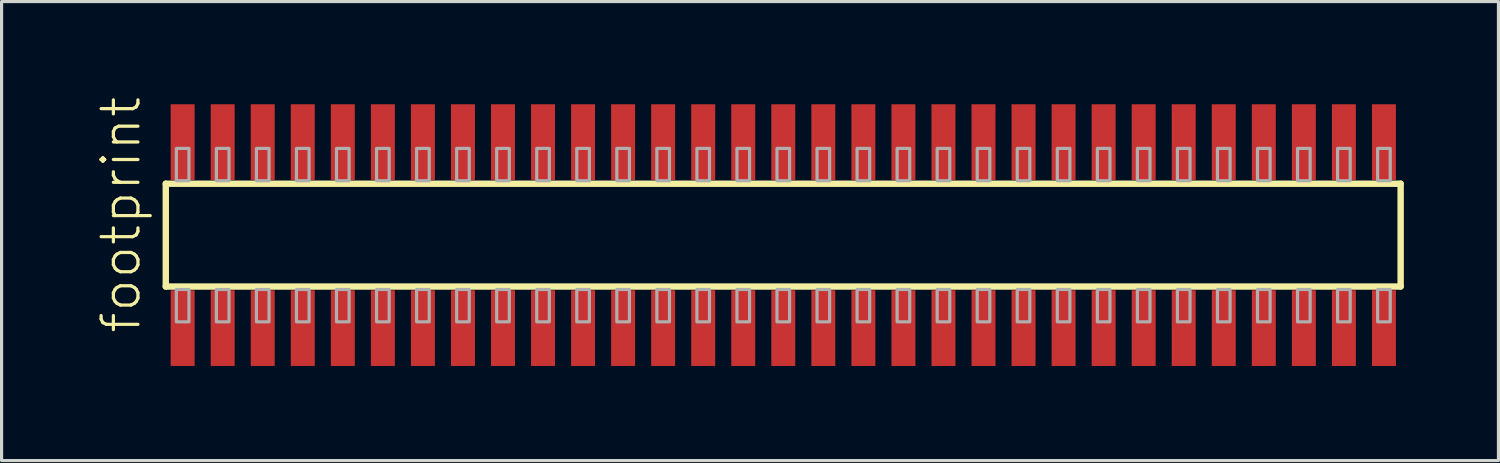
<source format=kicad_pcb>
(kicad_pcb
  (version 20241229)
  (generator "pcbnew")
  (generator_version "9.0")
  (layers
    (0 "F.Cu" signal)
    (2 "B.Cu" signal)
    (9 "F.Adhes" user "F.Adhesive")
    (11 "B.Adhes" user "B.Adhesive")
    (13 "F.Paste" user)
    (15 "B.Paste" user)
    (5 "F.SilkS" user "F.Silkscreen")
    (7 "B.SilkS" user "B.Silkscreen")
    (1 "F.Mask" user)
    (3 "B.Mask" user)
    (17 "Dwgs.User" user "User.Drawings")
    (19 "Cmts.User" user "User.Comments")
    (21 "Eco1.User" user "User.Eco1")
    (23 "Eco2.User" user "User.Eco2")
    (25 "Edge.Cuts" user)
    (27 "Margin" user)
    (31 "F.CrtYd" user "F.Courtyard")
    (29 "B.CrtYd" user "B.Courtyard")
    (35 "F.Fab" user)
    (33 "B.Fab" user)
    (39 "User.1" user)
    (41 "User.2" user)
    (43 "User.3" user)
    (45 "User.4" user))
  (footprint "footprint"
    (layer "F.Cu")
    (at 21.793 4.407)
    (property "Reference" "footprint" (at -20.32 3.175 90) (layer "F.SilkS") (effects (font (size 1.168 1.168) (thickness 0.102)) (justify left bottom)))
    (fp_line (start -19.585 -1.63) (end 19.58 -1.63) (stroke (width 0.203) (type solid)) (layer "F.SilkS"))
    (fp_line (start -19.585 1.63) (end -19.585 -1.63) (stroke (width 0.203) (type solid)) (layer "F.SilkS"))
    (fp_line (start 19.58 -1.63) (end 19.58 1.63) (stroke (width 0.203) (type solid)) (layer "F.SilkS"))
    (fp_line (start 19.58 1.63) (end -19.585 1.63) (stroke (width 0.203) (type solid)) (layer "F.SilkS"))
    (fp_poly (pts (xy -19.25 -1.725) (xy -18.85 -1.725) (xy -18.85 -2.75) (xy -19.25 -2.75)) (stroke (width 0.1) (type solid)) (fill no) (layer "F.Fab"))
    (fp_poly (pts (xy -18.85 1.725) (xy -19.25 1.725) (xy -19.25 2.75) (xy -18.85 2.75)) (stroke (width 0.1) (type solid)) (fill no) (layer "F.Fab"))
    (fp_poly (pts (xy -17.98 -1.725) (xy -17.58 -1.725) (xy -17.58 -2.75) (xy -17.98 -2.75)) (stroke (width 0.1) (type solid)) (fill no) (layer "F.Fab"))
    (fp_poly (pts (xy -17.58 1.725) (xy -17.98 1.725) (xy -17.98 2.75) (xy -17.58 2.75)) (stroke (width 0.1) (type solid)) (fill no) (layer "F.Fab"))
    (fp_poly (pts (xy -16.71 -1.725) (xy -16.31 -1.725) (xy -16.31 -2.75) (xy -16.71 -2.75)) (stroke (width 0.1) (type solid)) (fill no) (layer "F.Fab"))
    (fp_poly (pts (xy -16.31 1.725) (xy -16.71 1.725) (xy -16.71 2.75) (xy -16.31 2.75)) (stroke (width 0.1) (type solid)) (fill no) (layer "F.Fab"))
    (fp_poly (pts (xy -15.44 -1.725) (xy -15.04 -1.725) (xy -15.04 -2.75) (xy -15.44 -2.75)) (stroke (width 0.1) (type solid)) (fill no) (layer "F.Fab"))
    (fp_poly (pts (xy -15.04 1.725) (xy -15.44 1.725) (xy -15.44 2.75) (xy -15.04 2.75)) (stroke (width 0.1) (type solid)) (fill no) (layer "F.Fab"))
    (fp_poly (pts (xy -14.17 -1.725) (xy -13.77 -1.725) (xy -13.77 -2.75) (xy -14.17 -2.75)) (stroke (width 0.1) (type solid)) (fill no) (layer "F.Fab"))
    (fp_poly (pts (xy -13.77 1.725) (xy -14.17 1.725) (xy -14.17 2.75) (xy -13.77 2.75)) (stroke (width 0.1) (type solid)) (fill no) (layer "F.Fab"))
    (fp_poly (pts (xy -12.9 -1.725) (xy -12.5 -1.725) (xy -12.5 -2.75) (xy -12.9 -2.75)) (stroke (width 0.1) (type solid)) (fill no) (layer "F.Fab"))
    (fp_poly (pts (xy -12.5 1.725) (xy -12.9 1.725) (xy -12.9 2.75) (xy -12.5 2.75)) (stroke (width 0.1) (type solid)) (fill no) (layer "F.Fab"))
    (fp_poly (pts (xy -11.63 -1.725) (xy -11.23 -1.725) (xy -11.23 -2.75) (xy -11.63 -2.75)) (stroke (width 0.1) (type solid)) (fill no) (layer "F.Fab"))
    (fp_poly (pts (xy -11.23 1.725) (xy -11.63 1.725) (xy -11.63 2.75) (xy -11.23 2.75)) (stroke (width 0.1) (type solid)) (fill no) (layer "F.Fab"))
    (fp_poly (pts (xy -10.36 -1.725) (xy -9.96 -1.725) (xy -9.96 -2.75) (xy -10.36 -2.75)) (stroke (width 0.1) (type solid)) (fill no) (layer "F.Fab"))
    (fp_poly (pts (xy -9.96 1.725) (xy -10.36 1.725) (xy -10.36 2.75) (xy -9.96 2.75)) (stroke (width 0.1) (type solid)) (fill no) (layer "F.Fab"))
    (fp_poly (pts (xy -9.09 -1.725) (xy -8.69 -1.725) (xy -8.69 -2.75) (xy -9.09 -2.75)) (stroke (width 0.1) (type solid)) (fill no) (layer "F.Fab"))
    (fp_poly (pts (xy -8.69 1.725) (xy -9.09 1.725) (xy -9.09 2.75) (xy -8.69 2.75)) (stroke (width 0.1) (type solid)) (fill no) (layer "F.Fab"))
    (fp_poly (pts (xy -7.82 -1.725) (xy -7.42 -1.725) (xy -7.42 -2.75) (xy -7.82 -2.75)) (stroke (width 0.1) (type solid)) (fill no) (layer "F.Fab"))
    (fp_poly (pts (xy -7.42 1.725) (xy -7.82 1.725) (xy -7.82 2.75) (xy -7.42 2.75)) (stroke (width 0.1) (type solid)) (fill no) (layer "F.Fab"))
    (fp_poly (pts (xy -6.55 -1.725) (xy -6.15 -1.725) (xy -6.15 -2.75) (xy -6.55 -2.75)) (stroke (width 0.1) (type solid)) (fill no) (layer "F.Fab"))
    (fp_poly (pts (xy -6.15 1.725) (xy -6.55 1.725) (xy -6.55 2.75) (xy -6.15 2.75)) (stroke (width 0.1) (type solid)) (fill no) (layer "F.Fab"))
    (fp_poly (pts (xy -5.28 -1.725) (xy -4.88 -1.725) (xy -4.88 -2.75) (xy -5.28 -2.75)) (stroke (width 0.1) (type solid)) (fill no) (layer "F.Fab"))
    (fp_poly (pts (xy -4.88 1.725) (xy -5.28 1.725) (xy -5.28 2.75) (xy -4.88 2.75)) (stroke (width 0.1) (type solid)) (fill no) (layer "F.Fab"))
    (fp_poly (pts (xy -4.01 -1.725) (xy -3.61 -1.725) (xy -3.61 -2.75) (xy -4.01 -2.75)) (stroke (width 0.1) (type solid)) (fill no) (layer "F.Fab"))
    (fp_poly (pts (xy -3.61 1.725) (xy -4.01 1.725) (xy -4.01 2.75) (xy -3.61 2.75)) (stroke (width 0.1) (type solid)) (fill no) (layer "F.Fab"))
    (fp_poly (pts (xy -2.74 -1.725) (xy -2.34 -1.725) (xy -2.34 -2.75) (xy -2.74 -2.75)) (stroke (width 0.1) (type solid)) (fill no) (layer "F.Fab"))
    (fp_poly (pts (xy -2.34 1.725) (xy -2.74 1.725) (xy -2.74 2.75) (xy -2.34 2.75)) (stroke (width 0.1) (type solid)) (fill no) (layer "F.Fab"))
    (fp_poly (pts (xy -1.47 -1.725) (xy -1.07 -1.725) (xy -1.07 -2.75) (xy -1.47 -2.75)) (stroke (width 0.1) (type solid)) (fill no) (layer "F.Fab"))
    (fp_poly (pts (xy -1.07 1.725) (xy -1.47 1.725) (xy -1.47 2.75) (xy -1.07 2.75)) (stroke (width 0.1) (type solid)) (fill no) (layer "F.Fab"))
    (fp_poly (pts (xy -0.2 -1.725) (xy 0.2 -1.725) (xy 0.2 -2.75) (xy -0.2 -2.75)) (stroke (width 0.1) (type solid)) (fill no) (layer "F.Fab"))
    (fp_poly (pts (xy 0.2 1.725) (xy -0.2 1.725) (xy -0.2 2.75) (xy 0.2 2.75)) (stroke (width 0.1) (type solid)) (fill no) (layer "F.Fab"))
    (fp_poly (pts (xy 1.07 -1.725) (xy 1.47 -1.725) (xy 1.47 -2.75) (xy 1.07 -2.75)) (stroke (width 0.1) (type solid)) (fill no) (layer "F.Fab"))
    (fp_poly (pts (xy 1.47 1.725) (xy 1.07 1.725) (xy 1.07 2.75) (xy 1.47 2.75)) (stroke (width 0.1) (type solid)) (fill no) (layer "F.Fab"))
    (fp_poly (pts (xy 2.34 -1.725) (xy 2.74 -1.725) (xy 2.74 -2.75) (xy 2.34 -2.75)) (stroke (width 0.1) (type solid)) (fill no) (layer "F.Fab"))
    (fp_poly (pts (xy 2.74 1.725) (xy 2.34 1.725) (xy 2.34 2.75) (xy 2.74 2.75)) (stroke (width 0.1) (type solid)) (fill no) (layer "F.Fab"))
    (fp_poly (pts (xy 3.61 -1.725) (xy 4.01 -1.725) (xy 4.01 -2.75) (xy 3.61 -2.75)) (stroke (width 0.1) (type solid)) (fill no) (layer "F.Fab"))
    (fp_poly (pts (xy 4.01 1.725) (xy 3.61 1.725) (xy 3.61 2.75) (xy 4.01 2.75)) (stroke (width 0.1) (type solid)) (fill no) (layer "F.Fab"))
    (fp_poly (pts (xy 4.88 -1.725) (xy 5.28 -1.725) (xy 5.28 -2.75) (xy 4.88 -2.75)) (stroke (width 0.1) (type solid)) (fill no) (layer "F.Fab"))
    (fp_poly (pts (xy 5.28 1.725) (xy 4.88 1.725) (xy 4.88 2.75) (xy 5.28 2.75)) (stroke (width 0.1) (type solid)) (fill no) (layer "F.Fab"))
    (fp_poly (pts (xy 6.15 -1.725) (xy 6.55 -1.725) (xy 6.55 -2.75) (xy 6.15 -2.75)) (stroke (width 0.1) (type solid)) (fill no) (layer "F.Fab"))
    (fp_poly (pts (xy 6.55 1.725) (xy 6.15 1.725) (xy 6.15 2.75) (xy 6.55 2.75)) (stroke (width 0.1) (type solid)) (fill no) (layer "F.Fab"))
    (fp_poly (pts (xy 7.42 -1.725) (xy 7.82 -1.725) (xy 7.82 -2.75) (xy 7.42 -2.75)) (stroke (width 0.1) (type solid)) (fill no) (layer "F.Fab"))
    (fp_poly (pts (xy 7.82 1.725) (xy 7.42 1.725) (xy 7.42 2.75) (xy 7.82 2.75)) (stroke (width 0.1) (type solid)) (fill no) (layer "F.Fab"))
    (fp_poly (pts (xy 8.69 -1.725) (xy 9.09 -1.725) (xy 9.09 -2.75) (xy 8.69 -2.75)) (stroke (width 0.1) (type solid)) (fill no) (layer "F.Fab"))
    (fp_poly (pts (xy 9.09 1.725) (xy 8.69 1.725) (xy 8.69 2.75) (xy 9.09 2.75)) (stroke (width 0.1) (type solid)) (fill no) (layer "F.Fab"))
    (fp_poly (pts (xy 9.96 -1.725) (xy 10.36 -1.725) (xy 10.36 -2.75) (xy 9.96 -2.75)) (stroke (width 0.1) (type solid)) (fill no) (layer "F.Fab"))
    (fp_poly (pts (xy 10.36 1.725) (xy 9.96 1.725) (xy 9.96 2.75) (xy 10.36 2.75)) (stroke (width 0.1) (type solid)) (fill no) (layer "F.Fab"))
    (fp_poly (pts (xy 11.23 -1.725) (xy 11.63 -1.725) (xy 11.63 -2.75) (xy 11.23 -2.75)) (stroke (width 0.1) (type solid)) (fill no) (layer "F.Fab"))
    (fp_poly (pts (xy 11.63 1.725) (xy 11.23 1.725) (xy 11.23 2.75) (xy 11.63 2.75)) (stroke (width 0.1) (type solid)) (fill no) (layer "F.Fab"))
    (fp_poly (pts (xy 12.5 -1.725) (xy 12.9 -1.725) (xy 12.9 -2.75) (xy 12.5 -2.75)) (stroke (width 0.1) (type solid)) (fill no) (layer "F.Fab"))
    (fp_poly (pts (xy 12.9 1.725) (xy 12.5 1.725) (xy 12.5 2.75) (xy 12.9 2.75)) (stroke (width 0.1) (type solid)) (fill no) (layer "F.Fab"))
    (fp_poly (pts (xy 13.77 -1.725) (xy 14.17 -1.725) (xy 14.17 -2.75) (xy 13.77 -2.75)) (stroke (width 0.1) (type solid)) (fill no) (layer "F.Fab"))
    (fp_poly (pts (xy 14.17 1.725) (xy 13.77 1.725) (xy 13.77 2.75) (xy 14.17 2.75)) (stroke (width 0.1) (type solid)) (fill no) (layer "F.Fab"))
    (fp_poly (pts (xy 15.04 -1.725) (xy 15.44 -1.725) (xy 15.44 -2.75) (xy 15.04 -2.75)) (stroke (width 0.1) (type solid)) (fill no) (layer "F.Fab"))
    (fp_poly (pts (xy 15.44 1.725) (xy 15.04 1.725) (xy 15.04 2.75) (xy 15.44 2.75)) (stroke (width 0.1) (type solid)) (fill no) (layer "F.Fab"))
    (fp_poly (pts (xy 16.31 -1.725) (xy 16.71 -1.725) (xy 16.71 -2.75) (xy 16.31 -2.75)) (stroke (width 0.1) (type solid)) (fill no) (layer "F.Fab"))
    (fp_poly (pts (xy 16.71 1.725) (xy 16.31 1.725) (xy 16.31 2.75) (xy 16.71 2.75)) (stroke (width 0.1) (type solid)) (fill no) (layer "F.Fab"))
    (fp_poly (pts (xy 17.58 -1.725) (xy 17.98 -1.725) (xy 17.98 -2.75) (xy 17.58 -2.75)) (stroke (width 0.1) (type solid)) (fill no) (layer "F.Fab"))
    (fp_poly (pts (xy 17.98 1.725) (xy 17.58 1.725) (xy 17.58 2.75) (xy 17.98 2.75)) (stroke (width 0.1) (type solid)) (fill no) (layer "F.Fab"))
    (fp_poly (pts (xy 18.85 -1.725) (xy 19.25 -1.725) (xy 19.25 -2.75) (xy 18.85 -2.75)) (stroke (width 0.1) (type solid)) (fill no) (layer "F.Fab"))
    (fp_poly (pts (xy 19.25 1.725) (xy 18.85 1.725) (xy 18.85 2.75) (xy 19.25 2.75)) (stroke (width 0.1) (type solid)) (fill no) (layer "F.Fab"))
    (pad "1" smd rect (at -19.05 2.95) (size 0.76 2.4) (layers "F.Cu" "F.Mask" "F.Paste"))
    (pad "2" smd rect (at -19.05 -2.95) (size 0.76 2.4) (layers "F.Cu" "F.Mask" "F.Paste"))
    (pad "3" smd rect (at -17.78 2.95) (size 0.76 2.4) (layers "F.Cu" "F.Mask" "F.Paste"))
    (pad "4" smd rect (at -17.78 -2.95) (size 0.76 2.4) (layers "F.Cu" "F.Mask" "F.Paste"))
    (pad "5" smd rect (at -16.51 2.95) (size 0.76 2.4) (layers "F.Cu" "F.Mask" "F.Paste"))
    (pad "6" smd rect (at -16.51 -2.95) (size 0.76 2.4) (layers "F.Cu" "F.Mask" "F.Paste"))
    (pad "7" smd rect (at -15.24 2.95) (size 0.76 2.4) (layers "F.Cu" "F.Mask" "F.Paste"))
    (pad "8" smd rect (at -15.24 -2.95) (size 0.76 2.4) (layers "F.Cu" "F.Mask" "F.Paste"))
    (pad "9" smd rect (at -13.97 2.95) (size 0.76 2.4) (layers "F.Cu" "F.Mask" "F.Paste"))
    (pad "10" smd rect (at -13.97 -2.95) (size 0.76 2.4) (layers "F.Cu" "F.Mask" "F.Paste"))
    (pad "11" smd rect (at -12.7 2.95) (size 0.76 2.4) (layers "F.Cu" "F.Mask" "F.Paste"))
    (pad "12" smd rect (at -12.7 -2.95) (size 0.76 2.4) (layers "F.Cu" "F.Mask" "F.Paste"))
    (pad "13" smd rect (at -11.43 2.95) (size 0.76 2.4) (layers "F.Cu" "F.Mask" "F.Paste"))
    (pad "14" smd rect (at -11.43 -2.95) (size 0.76 2.4) (layers "F.Cu" "F.Mask" "F.Paste"))
    (pad "15" smd rect (at -10.16 2.95) (size 0.76 2.4) (layers "F.Cu" "F.Mask" "F.Paste"))
    (pad "16" smd rect (at -10.16 -2.95) (size 0.76 2.4) (layers "F.Cu" "F.Mask" "F.Paste"))
    (pad "17" smd rect (at -8.89 2.95) (size 0.76 2.4) (layers "F.Cu" "F.Mask" "F.Paste"))
    (pad "18" smd rect (at -8.89 -2.95) (size 0.76 2.4) (layers "F.Cu" "F.Mask" "F.Paste"))
    (pad "19" smd rect (at -7.62 2.95) (size 0.76 2.4) (layers "F.Cu" "F.Mask" "F.Paste"))
    (pad "20" smd rect (at -7.62 -2.95) (size 0.76 2.4) (layers "F.Cu" "F.Mask" "F.Paste"))
    (pad "21" smd rect (at -6.35 2.95) (size 0.76 2.4) (layers "F.Cu" "F.Mask" "F.Paste"))
    (pad "22" smd rect (at -6.35 -2.95) (size 0.76 2.4) (layers "F.Cu" "F.Mask" "F.Paste"))
    (pad "23" smd rect (at -5.08 2.95) (size 0.76 2.4) (layers "F.Cu" "F.Mask" "F.Paste"))
    (pad "24" smd rect (at -5.08 -2.95) (size 0.76 2.4) (layers "F.Cu" "F.Mask" "F.Paste"))
    (pad "25" smd rect (at -3.81 2.95) (size 0.76 2.4) (layers "F.Cu" "F.Mask" "F.Paste"))
    (pad "26" smd rect (at -3.81 -2.95) (size 0.76 2.4) (layers "F.Cu" "F.Mask" "F.Paste"))
    (pad "27" smd rect (at -2.54 2.95) (size 0.76 2.4) (layers "F.Cu" "F.Mask" "F.Paste"))
    (pad "28" smd rect (at -2.54 -2.95) (size 0.76 2.4) (layers "F.Cu" "F.Mask" "F.Paste"))
    (pad "29" smd rect (at -1.27 2.95) (size 0.76 2.4) (layers "F.Cu" "F.Mask" "F.Paste"))
    (pad "30" smd rect (at -1.27 -2.95) (size 0.76 2.4) (layers "F.Cu" "F.Mask" "F.Paste"))
    (pad "31" smd rect (at 0 2.95) (size 0.76 2.4) (layers "F.Cu" "F.Mask" "F.Paste"))
    (pad "32" smd rect (at 0 -2.95) (size 0.76 2.4) (layers "F.Cu" "F.Mask" "F.Paste"))
    (pad "33" smd rect (at 1.27 2.95) (size 0.76 2.4) (layers "F.Cu" "F.Mask" "F.Paste"))
    (pad "34" smd rect (at 1.27 -2.95) (size 0.76 2.4) (layers "F.Cu" "F.Mask" "F.Paste"))
    (pad "35" smd rect (at 2.54 2.95) (size 0.76 2.4) (layers "F.Cu" "F.Mask" "F.Paste"))
    (pad "36" smd rect (at 2.54 -2.95) (size 0.76 2.4) (layers "F.Cu" "F.Mask" "F.Paste"))
    (pad "37" smd rect (at 3.81 2.95) (size 0.76 2.4) (layers "F.Cu" "F.Mask" "F.Paste"))
    (pad "38" smd rect (at 3.81 -2.95) (size 0.76 2.4) (layers "F.Cu" "F.Mask" "F.Paste"))
    (pad "39" smd rect (at 5.08 2.95) (size 0.76 2.4) (layers "F.Cu" "F.Mask" "F.Paste"))
    (pad "40" smd rect (at 5.08 -2.95) (size 0.76 2.4) (layers "F.Cu" "F.Mask" "F.Paste"))
    (pad "41" smd rect (at 6.35 2.95) (size 0.76 2.4) (layers "F.Cu" "F.Mask" "F.Paste"))
    (pad "42" smd rect (at 6.35 -2.95) (size 0.76 2.4) (layers "F.Cu" "F.Mask" "F.Paste"))
    (pad "43" smd rect (at 7.62 2.95) (size 0.76 2.4) (layers "F.Cu" "F.Mask" "F.Paste"))
    (pad "44" smd rect (at 7.62 -2.95) (size 0.76 2.4) (layers "F.Cu" "F.Mask" "F.Paste"))
    (pad "45" smd rect (at 8.89 2.95) (size 0.76 2.4) (layers "F.Cu" "F.Mask" "F.Paste"))
    (pad "46" smd rect (at 8.89 -2.95) (size 0.76 2.4) (layers "F.Cu" "F.Mask" "F.Paste"))
    (pad "47" smd rect (at 10.16 2.95) (size 0.76 2.4) (layers "F.Cu" "F.Mask" "F.Paste"))
    (pad "48" smd rect (at 10.16 -2.95) (size 0.76 2.4) (layers "F.Cu" "F.Mask" "F.Paste"))
    (pad "49" smd rect (at 11.43 2.95) (size 0.76 2.4) (layers "F.Cu" "F.Mask" "F.Paste"))
    (pad "50" smd rect (at 11.43 -2.95) (size 0.76 2.4) (layers "F.Cu" "F.Mask" "F.Paste"))
    (pad "51" smd rect (at 12.7 2.95) (size 0.76 2.4) (layers "F.Cu" "F.Mask" "F.Paste"))
    (pad "52" smd rect (at 12.7 -2.95) (size 0.76 2.4) (layers "F.Cu" "F.Mask" "F.Paste"))
    (pad "53" smd rect (at 13.97 2.95) (size 0.76 2.4) (layers "F.Cu" "F.Mask" "F.Paste"))
    (pad "54" smd rect (at 13.97 -2.95) (size 0.76 2.4) (layers "F.Cu" "F.Mask" "F.Paste"))
    (pad "55" smd rect (at 15.24 2.95) (size 0.76 2.4) (layers "F.Cu" "F.Mask" "F.Paste"))
    (pad "56" smd rect (at 15.24 -2.95) (size 0.76 2.4) (layers "F.Cu" "F.Mask" "F.Paste"))
    (pad "57" smd rect (at 16.51 2.95) (size 0.76 2.4) (layers "F.Cu" "F.Mask" "F.Paste"))
    (pad "58" smd rect (at 16.51 -2.95) (size 0.76 2.4) (layers "F.Cu" "F.Mask" "F.Paste"))
    (pad "59" smd rect (at 17.78 2.95) (size 0.76 2.4) (layers "F.Cu" "F.Mask" "F.Paste"))
    (pad "60" smd rect (at 17.78 -2.95) (size 0.76 2.4) (layers "F.Cu" "F.Mask" "F.Paste"))
    (pad "61" smd rect (at 19.05 2.95) (size 0.76 2.4) (layers "F.Cu" "F.Mask" "F.Paste"))
    (pad "62" smd rect (at 19.05 -2.95) (size 0.76 2.4) (layers "F.Cu" "F.Mask" "F.Paste")))
  (gr_rect
    (start -3 -3)
    (end 44.475 11.557)
    (stroke (width 0.1) (type default))
    (fill no)
    (layer "Edge.Cuts")))
</source>
